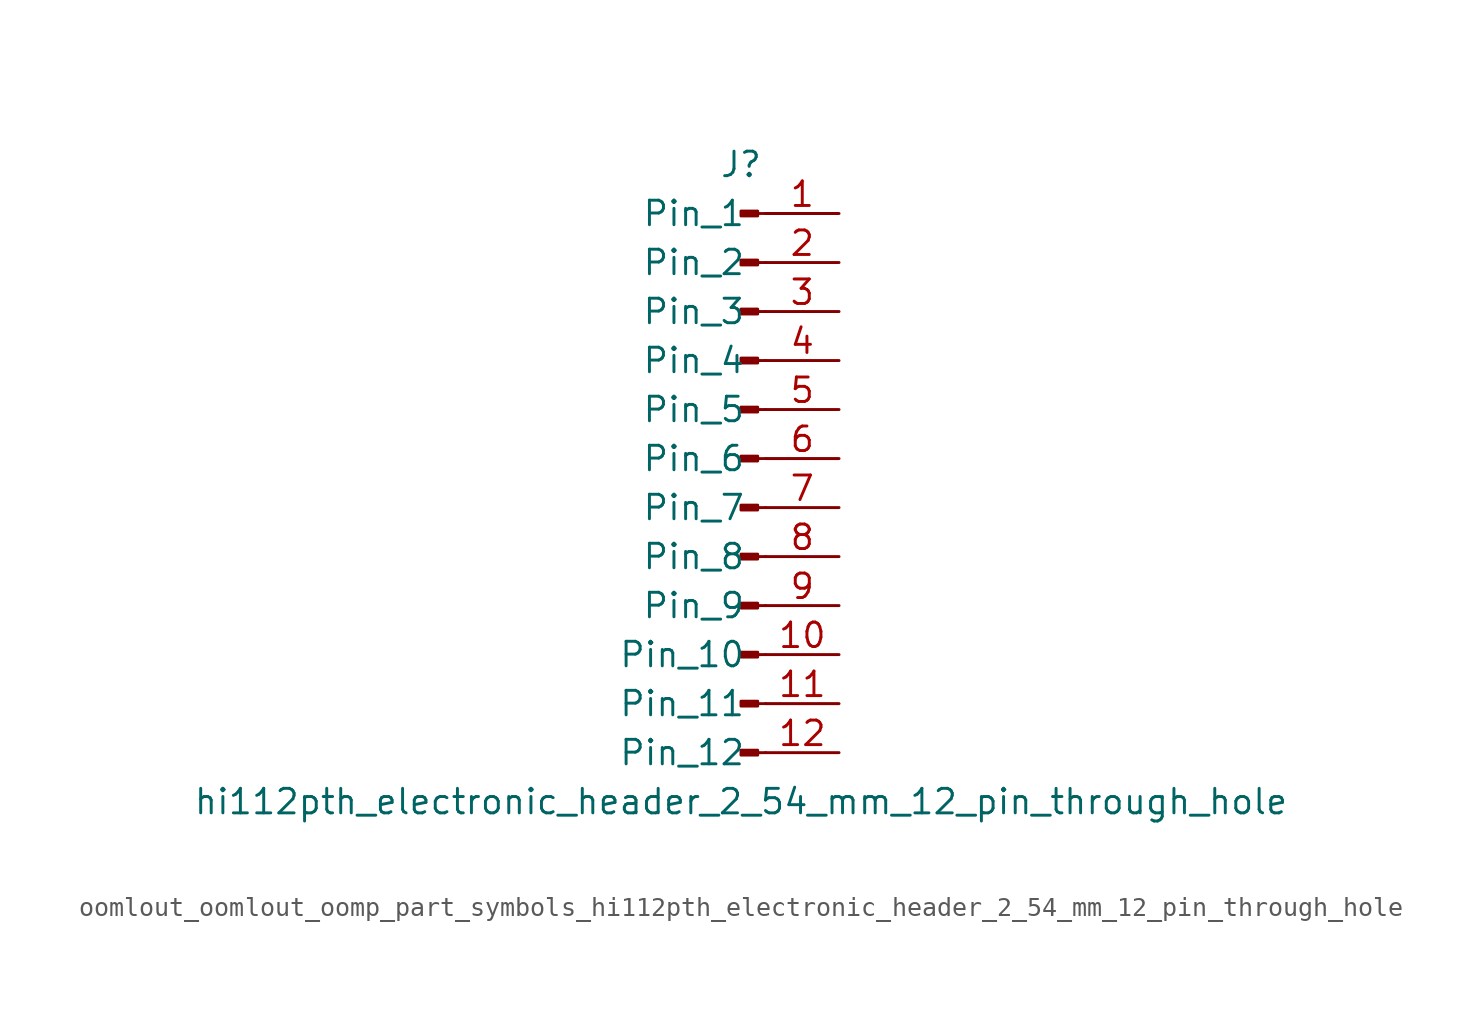
<source format=kicad_sym>
(kicad_symbol_lib
  (version 20220914)
  (generator kicad_symbol_editor)
  (symbol "oomlout_oomlout_oomp_part_symbols_hi112pth_electronic_header_2_54_mm_12_pin_through_hole"
    (pin_names
      (offset 1.016))
    (property "Reference" "J"
      (at 0 15.24 0)
      (effects (font (size 1.27 1.27))))
    (property "Value" "hi112pth_electronic_header_2_54_mm_12_pin_through_hole"
      (at 0 -17.78 0)
      (effects (font (size 1.27 1.27))))
    (property "ki_locked" ""
      (at 0 0 0)
      (effects (font (size 1.27 1.27))))
    (symbol "oomlout_oomlout_oomp_part_symbols_hi112pth_electronic_header_2_54_mm_12_pin_through_hole_1_1"
      (polyline (pts (xy 1.27 -15.24) (xy 0.864 -15.24)) (stroke (width 0.152) (type default)) (fill (type none)))
      (polyline (pts (xy 1.27 -12.7) (xy 0.864 -12.7)) (stroke (width 0.152) (type default)) (fill (type none)))
      (polyline (pts (xy 1.27 -10.16) (xy 0.864 -10.16)) (stroke (width 0.152) (type default)) (fill (type none)))
      (polyline (pts (xy 1.27 -7.62) (xy 0.864 -7.62)) (stroke (width 0.152) (type default)) (fill (type none)))
      (polyline (pts (xy 1.27 -5.08) (xy 0.864 -5.08)) (stroke (width 0.152) (type default)) (fill (type none)))
      (polyline (pts (xy 1.27 -2.54) (xy 0.864 -2.54)) (stroke (width 0.152) (type default)) (fill (type none)))
      (polyline (pts (xy 1.27 0) (xy 0.864 0)) (stroke (width 0.152) (type default)) (fill (type none)))
      (polyline (pts (xy 1.27 2.54) (xy 0.864 2.54)) (stroke (width 0.152) (type default)) (fill (type none)))
      (polyline (pts (xy 1.27 5.08) (xy 0.864 5.08)) (stroke (width 0.152) (type default)) (fill (type none)))
      (polyline (pts (xy 1.27 7.62) (xy 0.864 7.62)) (stroke (width 0.152) (type default)) (fill (type none)))
      (polyline (pts (xy 1.27 10.16) (xy 0.864 10.16)) (stroke (width 0.152) (type default)) (fill (type none)))
      (polyline (pts (xy 1.27 12.7) (xy 0.864 12.7)) (stroke (width 0.152) (type default)) (fill (type none)))
      (rectangle (start 0.864 -15.113) (end 0 -15.367) (stroke (width 0.152) (type default)) (fill (type outline)))
      (rectangle (start 0.864 -12.573) (end 0 -12.827) (stroke (width 0.152) (type default)) (fill (type outline)))
      (rectangle (start 0.864 -10.033) (end 0 -10.287) (stroke (width 0.152) (type default)) (fill (type outline)))
      (rectangle (start 0.864 -7.493) (end 0 -7.747) (stroke (width 0.152) (type default)) (fill (type outline)))
      (rectangle (start 0.864 -4.953) (end 0 -5.207) (stroke (width 0.152) (type default)) (fill (type outline)))
      (rectangle (start 0.864 -2.413) (end 0 -2.667) (stroke (width 0.152) (type default)) (fill (type outline)))
      (rectangle (start 0.864 0.127) (end 0 -0.127) (stroke (width 0.152) (type default)) (fill (type outline)))
      (rectangle (start 0.864 2.667) (end 0 2.413) (stroke (width 0.152) (type default)) (fill (type outline)))
      (rectangle (start 0.864 5.207) (end 0 4.953) (stroke (width 0.152) (type default)) (fill (type outline)))
      (rectangle (start 0.864 7.747) (end 0 7.493) (stroke (width 0.152) (type default)) (fill (type outline)))
      (rectangle (start 0.864 10.287) (end 0 10.033) (stroke (width 0.152) (type default)) (fill (type outline)))
      (rectangle (start 0.864 12.827) (end 0 12.573) (stroke (width 0.152) (type default)) (fill (type outline)))
      (pin passive line (at 5.08 12.7 180) (length 3.81) (name "Pin_1" (effects (font (size 1.27 1.27)))) (number "1" (effects (font (size 1.27 1.27)))))
      (pin passive line (at 5.08 -10.16 180) (length 3.81) (name "Pin_10" (effects (font (size 1.27 1.27)))) (number "10" (effects (font (size 1.27 1.27)))))
      (pin passive line (at 5.08 -12.7 180) (length 3.81) (name "Pin_11" (effects (font (size 1.27 1.27)))) (number "11" (effects (font (size 1.27 1.27)))))
      (pin passive line (at 5.08 -15.24 180) (length 3.81) (name "Pin_12" (effects (font (size 1.27 1.27)))) (number "12" (effects (font (size 1.27 1.27)))))
      (pin passive line (at 5.08 10.16 180) (length 3.81) (name "Pin_2" (effects (font (size 1.27 1.27)))) (number "2" (effects (font (size 1.27 1.27)))))
      (pin passive line (at 5.08 7.62 180) (length 3.81) (name "Pin_3" (effects (font (size 1.27 1.27)))) (number "3" (effects (font (size 1.27 1.27)))))
      (pin passive line (at 5.08 5.08 180) (length 3.81) (name "Pin_4" (effects (font (size 1.27 1.27)))) (number "4" (effects (font (size 1.27 1.27)))))
      (pin passive line (at 5.08 2.54 180) (length 3.81) (name "Pin_5" (effects (font (size 1.27 1.27)))) (number "5" (effects (font (size 1.27 1.27)))))
      (pin passive line (at 5.08 0 180) (length 3.81) (name "Pin_6" (effects (font (size 1.27 1.27)))) (number "6" (effects (font (size 1.27 1.27)))))
      (pin passive line (at 5.08 -2.54 180) (length 3.81) (name "Pin_7" (effects (font (size 1.27 1.27)))) (number "7" (effects (font (size 1.27 1.27)))))
      (pin passive line (at 5.08 -5.08 180) (length 3.81) (name "Pin_8" (effects (font (size 1.27 1.27)))) (number "8" (effects (font (size 1.27 1.27)))))
      (pin passive line (at 5.08 -7.62 180) (length 3.81) (name "Pin_9" (effects (font (size 1.27 1.27)))) (number "9" (effects (font (size 1.27 1.27))))))))
</source>
